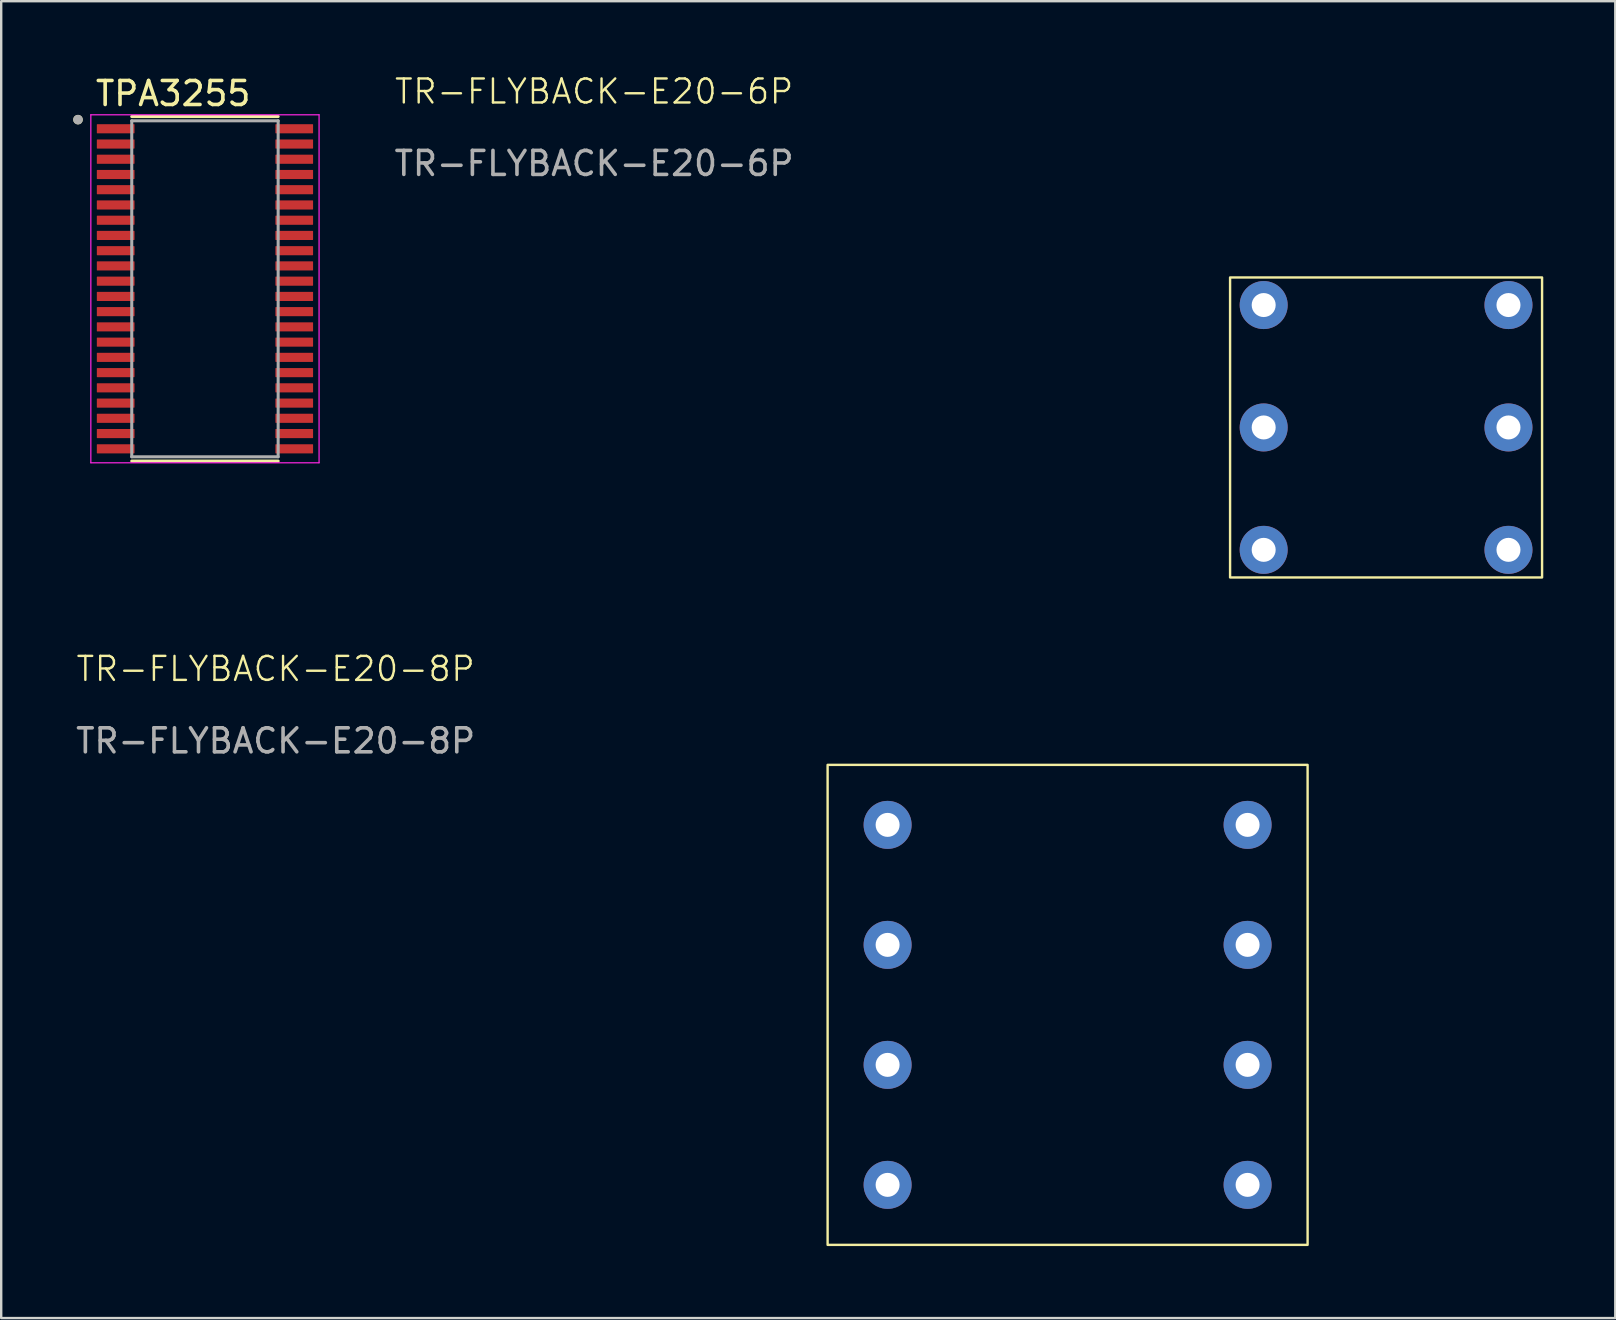
<source format=kicad_pcb>
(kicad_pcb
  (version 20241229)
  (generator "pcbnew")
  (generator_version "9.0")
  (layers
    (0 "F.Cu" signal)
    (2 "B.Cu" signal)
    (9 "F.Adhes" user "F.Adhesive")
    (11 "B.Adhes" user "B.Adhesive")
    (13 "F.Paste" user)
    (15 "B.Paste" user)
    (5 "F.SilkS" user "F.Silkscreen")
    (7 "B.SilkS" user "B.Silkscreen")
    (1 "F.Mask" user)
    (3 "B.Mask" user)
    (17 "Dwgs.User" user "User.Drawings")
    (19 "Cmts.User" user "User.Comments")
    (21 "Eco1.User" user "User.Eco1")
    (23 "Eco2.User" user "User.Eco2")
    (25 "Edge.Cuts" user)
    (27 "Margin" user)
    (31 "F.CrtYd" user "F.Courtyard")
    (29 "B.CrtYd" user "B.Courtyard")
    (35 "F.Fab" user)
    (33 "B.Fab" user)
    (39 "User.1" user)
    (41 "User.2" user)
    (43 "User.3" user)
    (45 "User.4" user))
  (footprint "TR-FLYBACK-E20-8P"
    (layer "F.Cu")
    (at 41.435 38.821)
    (property "Reference" "TR-FLYBACK-E20-8P" (at -33 -14 0) (unlocked yes) (layer "F.SilkS") (effects (font (size 1 1) (thickness 0.1))))
    (attr through_hole)
    (fp_rect (start -10 -10) (end 10 10) (stroke (width 0.1) (type default)) (fill no) (layer "F.SilkS"))
    (fp_text user "${REFERENCE}" (at -33 -11 0) (unlocked yes) (layer "F.Fab") (effects (font (size 1 1) (thickness 0.15))))
    (pad "1" thru_hole circle (at -7.5 -7.5) (size 2 2) (drill 1) (layers "*.Cu" "*.Mask"))
    (pad "2" thru_hole circle (at -7.5 -2.5) (size 2 2) (drill 1) (layers "*.Cu" "*.Mask"))
    (pad "3" thru_hole circle (at -7.5 2.5) (size 2 2) (drill 1) (layers "*.Cu" "*.Mask"))
    (pad "4" thru_hole circle (at -7.5 7.5) (size 2 2) (drill 1) (layers "*.Cu" "*.Mask"))
    (pad "5" thru_hole circle (at 7.5 7.5) (size 2 2) (drill 1) (layers "*.Cu" "*.Mask"))
    (pad "6" thru_hole circle (at 7.5 2.5) (size 2 2) (drill 1) (layers "*.Cu" "*.Mask"))
    (pad "7" thru_hole circle (at 7.5 -2.5) (size 2 2) (drill 1) (layers "*.Cu" "*.Mask"))
    (pad "8" thru_hole circle (at 7.5 -7.5) (size 2 2) (drill 1) (layers "*.Cu" "*.Mask")))
  (footprint "TR-FLYBACK-E20-6P"
    (layer "F.Cu")
    (at 54.705 14.761)
    (property "Reference" "TR-FLYBACK-E20-6P" (at -33 -14 0) (unlocked yes) (layer "F.SilkS") (effects (font (size 1 1) (thickness 0.1))))
    (attr through_hole)
    (fp_rect (start -6.5 -6.25) (end 6.5 6.25) (stroke (width 0.1) (type default)) (fill no) (layer "F.SilkS"))
    (fp_text user "${REFERENCE}" (at -33 -11 0) (unlocked yes) (layer "F.Fab") (effects (font (size 1 1) (thickness 0.15))))
    (pad "1" thru_hole circle (at -5.1 -5.1) (size 2 2) (drill 1) (layers "*.Cu" "*.Mask"))
    (pad "2" thru_hole circle (at -5.1 0) (size 2 2) (drill 1) (layers "*.Cu" "*.Mask"))
    (pad "3" thru_hole circle (at -5.1 5.1) (size 2 2) (drill 1) (layers "*.Cu" "*.Mask"))
    (pad "4" thru_hole circle (at 5.1 5.1) (size 2 2) (drill 1) (layers "*.Cu" "*.Mask"))
    (pad "5" thru_hole circle (at 5.1 0) (size 2 2) (drill 1) (layers "*.Cu" "*.Mask"))
    (pad "6" thru_hole circle (at 5.1 -5.1) (size 2 2) (drill 1) (layers "*.Cu" "*.Mask")))
  (footprint "TPA3255"
    (layer "F.Cu")
    (at 5.49 8.983)
    (property "Reference" "TPA3255" (at -1.325 -8.135 0) (layer "F.SilkS") (effects (font (size 1 1) (thickness 0.15))))
    (attr smd)
    (fp_line (start -3.05 -7.178) (end 3.05 -7.178) (stroke (width 0.127) (type solid)) (layer "F.SilkS"))
    (fp_line (start -3.05 7.178) (end 3.05 7.178) (stroke (width 0.127) (type solid)) (layer "F.SilkS"))
    (fp_circle (center -5.29 -7.048) (end -5.19 -7.048) (stroke (width 0.2) (type solid)) (fill no) (layer "F.SilkS"))
    (fp_line (start -4.755 -7.25) (end -4.755 7.25) (stroke (width 0.05) (type solid)) (layer "F.CrtYd"))
    (fp_line (start -4.755 -7.25) (end 4.755 -7.25) (stroke (width 0.05) (type solid)) (layer "F.CrtYd"))
    (fp_line (start -4.755 7.25) (end 4.755 7.25) (stroke (width 0.05) (type solid)) (layer "F.CrtYd"))
    (fp_line (start 4.755 -7.25) (end 4.755 7.25) (stroke (width 0.05) (type solid)) (layer "F.CrtYd"))
    (fp_line (start -3.05 -7) (end -3.05 7) (stroke (width 0.127) (type solid)) (layer "F.Fab"))
    (fp_line (start -3.05 -7) (end 3.05 -7) (stroke (width 0.127) (type solid)) (layer "F.Fab"))
    (fp_line (start -3.05 7) (end 3.05 7) (stroke (width 0.127) (type solid)) (layer "F.Fab"))
    (fp_line (start 3.05 -7) (end 3.05 7) (stroke (width 0.127) (type solid)) (layer "F.Fab"))
    (fp_circle (center -5.29 -7.048) (end -5.19 -7.048) (stroke (width 0.2) (type solid)) (fill no) (layer "F.Fab"))
    (pad "1" smd roundrect (at -3.72 -6.668) (size 1.57 0.38) (layers "F.Cu" "F.Mask" "F.Paste") (roundrect_rratio 0.05))
    (pad "2" smd roundrect (at -3.72 -6.032) (size 1.57 0.38) (layers "F.Cu" "F.Mask" "F.Paste") (roundrect_rratio 0.05))
    (pad "3" smd roundrect (at -3.72 -5.397) (size 1.57 0.38) (layers "F.Cu" "F.Mask" "F.Paste") (roundrect_rratio 0.05))
    (pad "4" smd roundrect (at -3.72 -4.763) (size 1.57 0.38) (layers "F.Cu" "F.Mask" "F.Paste") (roundrect_rratio 0.05))
    (pad "5" smd roundrect (at -3.72 -4.128) (size 1.57 0.38) (layers "F.Cu" "F.Mask" "F.Paste") (roundrect_rratio 0.05))
    (pad "6" smd roundrect (at -3.72 -3.493) (size 1.57 0.38) (layers "F.Cu" "F.Mask" "F.Paste") (roundrect_rratio 0.05))
    (pad "7" smd roundrect (at -3.72 -2.857) (size 1.57 0.38) (layers "F.Cu" "F.Mask" "F.Paste") (roundrect_rratio 0.05))
    (pad "8" smd roundrect (at -3.72 -2.223) (size 1.57 0.38) (layers "F.Cu" "F.Mask" "F.Paste") (roundrect_rratio 0.05))
    (pad "9" smd roundrect (at -3.72 -1.587) (size 1.57 0.38) (layers "F.Cu" "F.Mask" "F.Paste") (roundrect_rratio 0.05))
    (pad "10" smd roundrect (at -3.72 -0.953) (size 1.57 0.38) (layers "F.Cu" "F.Mask" "F.Paste") (roundrect_rratio 0.05))
    (pad "11" smd roundrect (at -3.72 -0.318) (size 1.57 0.38) (layers "F.Cu" "F.Mask" "F.Paste") (roundrect_rratio 0.05))
    (pad "12" smd roundrect (at -3.72 0.318) (size 1.57 0.38) (layers "F.Cu" "F.Mask" "F.Paste") (roundrect_rratio 0.05))
    (pad "13" smd roundrect (at -3.72 0.953) (size 1.57 0.38) (layers "F.Cu" "F.Mask" "F.Paste") (roundrect_rratio 0.05))
    (pad "14" smd roundrect (at -3.72 1.587) (size 1.57 0.38) (layers "F.Cu" "F.Mask" "F.Paste") (roundrect_rratio 0.05))
    (pad "15" smd roundrect (at -3.72 2.223) (size 1.57 0.38) (layers "F.Cu" "F.Mask" "F.Paste") (roundrect_rratio 0.05))
    (pad "16" smd roundrect (at -3.72 2.857) (size 1.57 0.38) (layers "F.Cu" "F.Mask" "F.Paste") (roundrect_rratio 0.05))
    (pad "17" smd roundrect (at -3.72 3.493) (size 1.57 0.38) (layers "F.Cu" "F.Mask" "F.Paste") (roundrect_rratio 0.05))
    (pad "18" smd roundrect (at -3.72 4.128) (size 1.57 0.38) (layers "F.Cu" "F.Mask" "F.Paste") (roundrect_rratio 0.05))
    (pad "19" smd roundrect (at -3.72 4.763) (size 1.57 0.38) (layers "F.Cu" "F.Mask" "F.Paste") (roundrect_rratio 0.05))
    (pad "20" smd roundrect (at -3.72 5.397) (size 1.57 0.38) (layers "F.Cu" "F.Mask" "F.Paste") (roundrect_rratio 0.05))
    (pad "21" smd roundrect (at -3.72 6.032) (size 1.57 0.38) (layers "F.Cu" "F.Mask" "F.Paste") (roundrect_rratio 0.05))
    (pad "22" smd roundrect (at -3.72 6.668) (size 1.57 0.38) (layers "F.Cu" "F.Mask" "F.Paste") (roundrect_rratio 0.05))
    (pad "23" smd roundrect (at 3.72 6.668) (size 1.57 0.38) (layers "F.Cu" "F.Mask" "F.Paste") (roundrect_rratio 0.05))
    (pad "24" smd roundrect (at 3.72 6.032) (size 1.57 0.38) (layers "F.Cu" "F.Mask" "F.Paste") (roundrect_rratio 0.05))
    (pad "25" smd roundrect (at 3.72 5.397) (size 1.57 0.38) (layers "F.Cu" "F.Mask" "F.Paste") (roundrect_rratio 0.05))
    (pad "26" smd roundrect (at 3.72 4.763) (size 1.57 0.38) (layers "F.Cu" "F.Mask" "F.Paste") (roundrect_rratio 0.05))
    (pad "27" smd roundrect (at 3.72 4.128) (size 1.57 0.38) (layers "F.Cu" "F.Mask" "F.Paste") (roundrect_rratio 0.05))
    (pad "28" smd roundrect (at 3.72 3.493) (size 1.57 0.38) (layers "F.Cu" "F.Mask" "F.Paste") (roundrect_rratio 0.05))
    (pad "29" smd roundrect (at 3.72 2.857) (size 1.57 0.38) (layers "F.Cu" "F.Mask" "F.Paste") (roundrect_rratio 0.05))
    (pad "30" smd roundrect (at 3.72 2.223) (size 1.57 0.38) (layers "F.Cu" "F.Mask" "F.Paste") (roundrect_rratio 0.05))
    (pad "31" smd roundrect (at 3.72 1.587) (size 1.57 0.38) (layers "F.Cu" "F.Mask" "F.Paste") (roundrect_rratio 0.05))
    (pad "32" smd roundrect (at 3.72 0.953) (size 1.57 0.38) (layers "F.Cu" "F.Mask" "F.Paste") (roundrect_rratio 0.05))
    (pad "33" smd roundrect (at 3.72 0.318) (size 1.57 0.38) (layers "F.Cu" "F.Mask" "F.Paste") (roundrect_rratio 0.05))
    (pad "34" smd roundrect (at 3.72 -0.318) (size 1.57 0.38) (layers "F.Cu" "F.Mask" "F.Paste") (roundrect_rratio 0.05))
    (pad "35" smd roundrect (at 3.72 -0.953) (size 1.57 0.38) (layers "F.Cu" "F.Mask" "F.Paste") (roundrect_rratio 0.05))
    (pad "36" smd roundrect (at 3.72 -1.587) (size 1.57 0.38) (layers "F.Cu" "F.Mask" "F.Paste") (roundrect_rratio 0.05))
    (pad "37" smd roundrect (at 3.72 -2.223) (size 1.57 0.38) (layers "F.Cu" "F.Mask" "F.Paste") (roundrect_rratio 0.05))
    (pad "38" smd roundrect (at 3.72 -2.857) (size 1.57 0.38) (layers "F.Cu" "F.Mask" "F.Paste") (roundrect_rratio 0.05))
    (pad "39" smd roundrect (at 3.72 -3.493) (size 1.57 0.38) (layers "F.Cu" "F.Mask" "F.Paste") (roundrect_rratio 0.05))
    (pad "40" smd roundrect (at 3.72 -4.128) (size 1.57 0.38) (layers "F.Cu" "F.Mask" "F.Paste") (roundrect_rratio 0.05))
    (pad "41" smd roundrect (at 3.72 -4.763) (size 1.57 0.38) (layers "F.Cu" "F.Mask" "F.Paste") (roundrect_rratio 0.05))
    (pad "42" smd roundrect (at 3.72 -5.397) (size 1.57 0.38) (layers "F.Cu" "F.Mask" "F.Paste") (roundrect_rratio 0.05))
    (pad "43" smd roundrect (at 3.72 -6.032) (size 1.57 0.38) (layers "F.Cu" "F.Mask" "F.Paste") (roundrect_rratio 0.05))
    (pad "44" smd roundrect (at 3.72 -6.668) (size 1.57 0.38) (layers "F.Cu" "F.Mask" "F.Paste") (roundrect_rratio 0.05)))
  (gr_rect
    (start -3 -3)
    (end 64.255 51.871)
    (stroke (width 0.1) (type default))
    (fill no)
    (layer "Edge.Cuts")))
</source>
